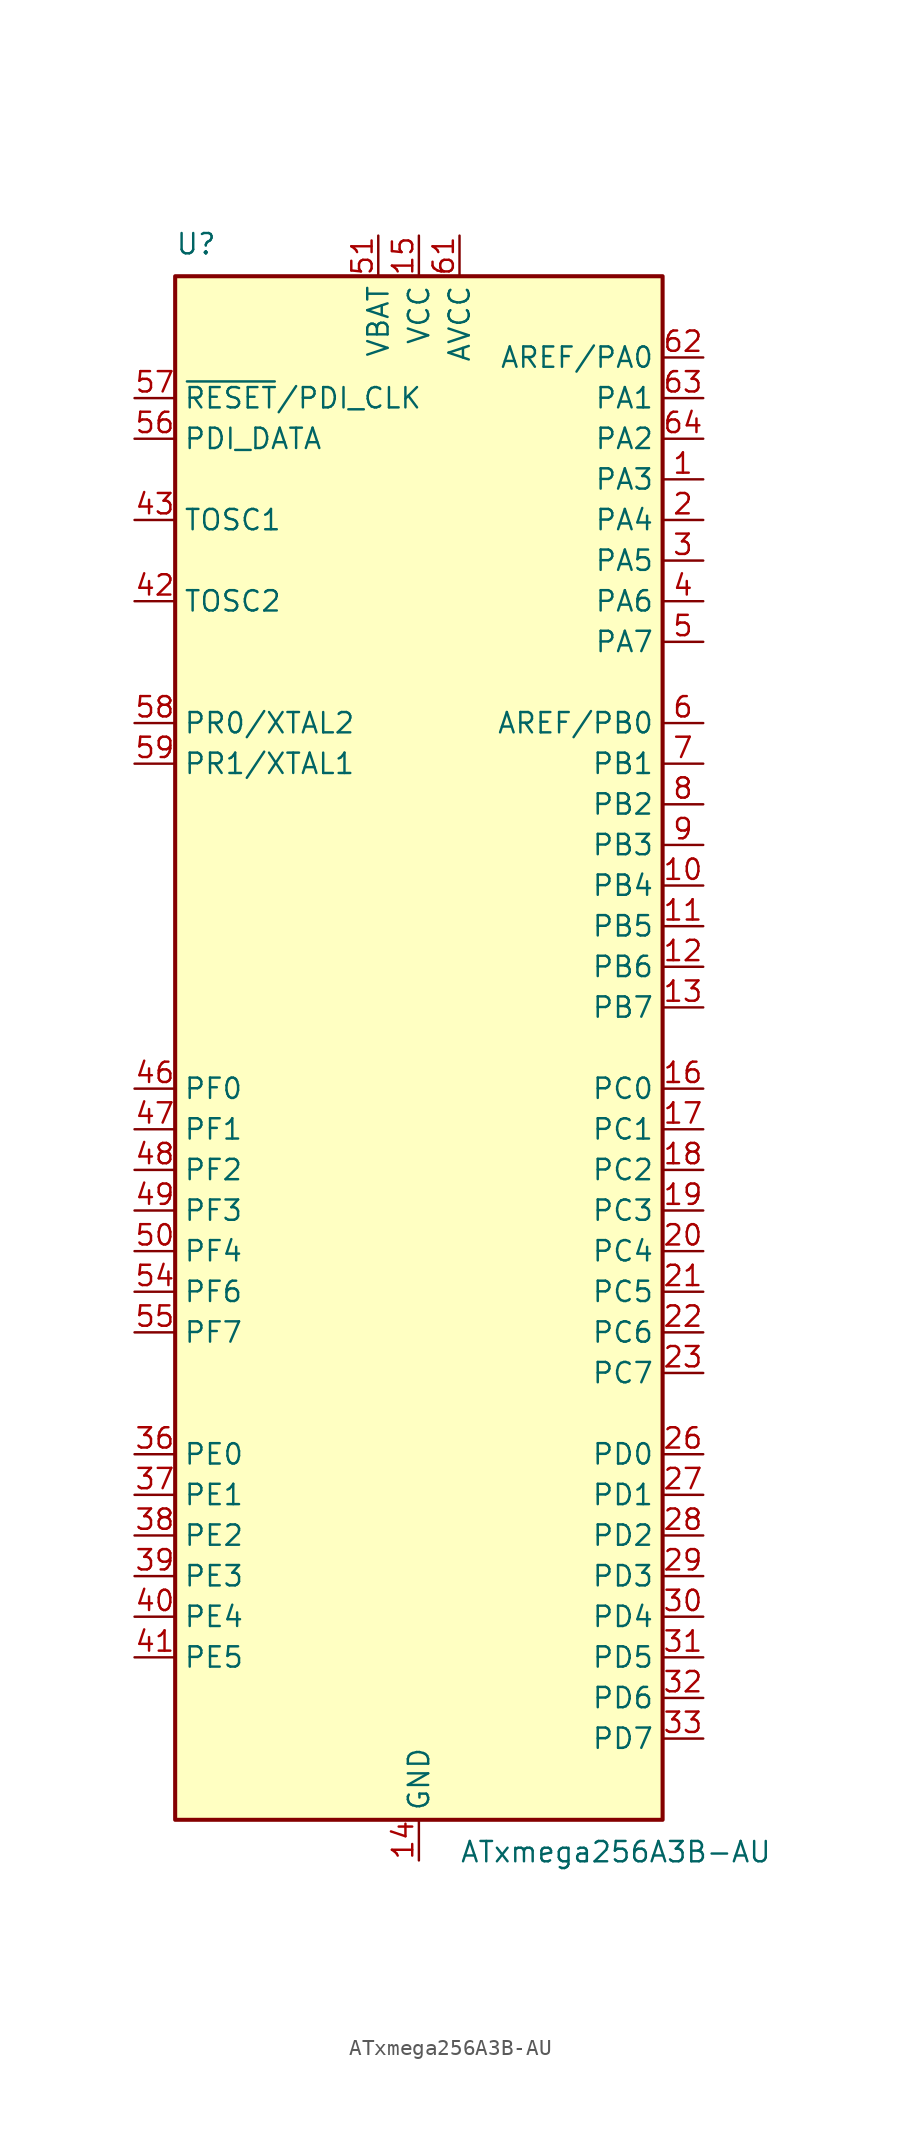
<source format=kicad_sym>
(kicad_symbol_lib
  (version 20211014)
  (generator kicad_symbol_editor)
  (symbol "ATxmega256A3B-AU"
    (property "Reference" "U"
      (at -15.24 49.53 0)
      (effects (font (size 1.27 1.27)) (justify left bottom)))
    (property "Value" "ATxmega256A3B-AU"
      (at 2.54 -49.53 0)
      (effects (font (size 1.27 1.27)) (justify left top)))
    (symbol "ATxmega256A3B-AU_0_1"
      (rectangle (start -15.24 -48.26) (end 15.24 48.26) (stroke (width 0.254) (type default) (color 0 0 0 0)) (fill (type background))))
    (symbol "ATxmega256A3B-AU_1_1"
      (pin bidirectional line (at 17.78 35.56 180) (length 2.54) (name "PA3" (effects (font (size 1.27 1.27)))) (number "1" (effects (font (size 1.27 1.27)))))
      (pin bidirectional line (at 17.78 10.16 180) (length 2.54) (name "PB4" (effects (font (size 1.27 1.27)))) (number "10" (effects (font (size 1.27 1.27)))))
      (pin bidirectional line (at 17.78 7.62 180) (length 2.54) (name "PB5" (effects (font (size 1.27 1.27)))) (number "11" (effects (font (size 1.27 1.27)))))
      (pin bidirectional line (at 17.78 5.08 180) (length 2.54) (name "PB6" (effects (font (size 1.27 1.27)))) (number "12" (effects (font (size 1.27 1.27)))))
      (pin bidirectional line (at 17.78 2.54 180) (length 2.54) (name "PB7" (effects (font (size 1.27 1.27)))) (number "13" (effects (font (size 1.27 1.27)))))
      (pin power_in line (at 0 -50.8 90) (length 2.54) (name "GND" (effects (font (size 1.27 1.27)))) (number "14" (effects (font (size 1.27 1.27)))))
      (pin power_in line (at 0 50.8 270) (length 2.54) (name "VCC" (effects (font (size 1.27 1.27)))) (number "15" (effects (font (size 1.27 1.27)))))
      (pin bidirectional line (at 17.78 -2.54 180) (length 2.54) (name "PC0" (effects (font (size 1.27 1.27)))) (number "16" (effects (font (size 1.27 1.27)))))
      (pin bidirectional line (at 17.78 -5.08 180) (length 2.54) (name "PC1" (effects (font (size 1.27 1.27)))) (number "17" (effects (font (size 1.27 1.27)))))
      (pin bidirectional line (at 17.78 -7.62 180) (length 2.54) (name "PC2" (effects (font (size 1.27 1.27)))) (number "18" (effects (font (size 1.27 1.27)))))
      (pin bidirectional line (at 17.78 -10.16 180) (length 2.54) (name "PC3" (effects (font (size 1.27 1.27)))) (number "19" (effects (font (size 1.27 1.27)))))
      (pin bidirectional line (at 17.78 33.02 180) (length 2.54) (name "PA4" (effects (font (size 1.27 1.27)))) (number "2" (effects (font (size 1.27 1.27)))))
      (pin bidirectional line (at 17.78 -12.7 180) (length 2.54) (name "PC4" (effects (font (size 1.27 1.27)))) (number "20" (effects (font (size 1.27 1.27)))))
      (pin bidirectional line (at 17.78 -15.24 180) (length 2.54) (name "PC5" (effects (font (size 1.27 1.27)))) (number "21" (effects (font (size 1.27 1.27)))))
      (pin bidirectional line (at 17.78 -17.78 180) (length 2.54) (name "PC6" (effects (font (size 1.27 1.27)))) (number "22" (effects (font (size 1.27 1.27)))))
      (pin bidirectional line (at 17.78 -20.32 180) (length 2.54) (name "PC7" (effects (font (size 1.27 1.27)))) (number "23" (effects (font (size 1.27 1.27)))))
      (pin passive line (at 0 -50.8 90) (length 2.54) hide (name "GND" (effects (font (size 1.27 1.27)))) (number "24" (effects (font (size 1.27 1.27)))))
      (pin passive line (at 0 50.8 270) (length 2.54) hide (name "VCC" (effects (font (size 1.27 1.27)))) (number "25" (effects (font (size 1.27 1.27)))))
      (pin bidirectional line (at 17.78 -25.4 180) (length 2.54) (name "PD0" (effects (font (size 1.27 1.27)))) (number "26" (effects (font (size 1.27 1.27)))))
      (pin bidirectional line (at 17.78 -27.94 180) (length 2.54) (name "PD1" (effects (font (size 1.27 1.27)))) (number "27" (effects (font (size 1.27 1.27)))))
      (pin bidirectional line (at 17.78 -30.48 180) (length 2.54) (name "PD2" (effects (font (size 1.27 1.27)))) (number "28" (effects (font (size 1.27 1.27)))))
      (pin bidirectional line (at 17.78 -33.02 180) (length 2.54) (name "PD3" (effects (font (size 1.27 1.27)))) (number "29" (effects (font (size 1.27 1.27)))))
      (pin bidirectional line (at 17.78 30.48 180) (length 2.54) (name "PA5" (effects (font (size 1.27 1.27)))) (number "3" (effects (font (size 1.27 1.27)))))
      (pin bidirectional line (at 17.78 -35.56 180) (length 2.54) (name "PD4" (effects (font (size 1.27 1.27)))) (number "30" (effects (font (size 1.27 1.27)))))
      (pin bidirectional line (at 17.78 -38.1 180) (length 2.54) (name "PD5" (effects (font (size 1.27 1.27)))) (number "31" (effects (font (size 1.27 1.27)))))
      (pin bidirectional line (at 17.78 -40.64 180) (length 2.54) (name "PD6" (effects (font (size 1.27 1.27)))) (number "32" (effects (font (size 1.27 1.27)))))
      (pin bidirectional line (at 17.78 -43.18 180) (length 2.54) (name "PD7" (effects (font (size 1.27 1.27)))) (number "33" (effects (font (size 1.27 1.27)))))
      (pin passive line (at 0 -50.8 90) (length 2.54) hide (name "GND" (effects (font (size 1.27 1.27)))) (number "34" (effects (font (size 1.27 1.27)))))
      (pin passive line (at 0 50.8 270) (length 2.54) hide (name "VCC" (effects (font (size 1.27 1.27)))) (number "35" (effects (font (size 1.27 1.27)))))
      (pin bidirectional line (at -17.78 -25.4 0) (length 2.54) (name "PE0" (effects (font (size 1.27 1.27)))) (number "36" (effects (font (size 1.27 1.27)))))
      (pin bidirectional line (at -17.78 -27.94 0) (length 2.54) (name "PE1" (effects (font (size 1.27 1.27)))) (number "37" (effects (font (size 1.27 1.27)))))
      (pin bidirectional line (at -17.78 -30.48 0) (length 2.54) (name "PE2" (effects (font (size 1.27 1.27)))) (number "38" (effects (font (size 1.27 1.27)))))
      (pin bidirectional line (at -17.78 -33.02 0) (length 2.54) (name "PE3" (effects (font (size 1.27 1.27)))) (number "39" (effects (font (size 1.27 1.27)))))
      (pin bidirectional line (at 17.78 27.94 180) (length 2.54) (name "PA6" (effects (font (size 1.27 1.27)))) (number "4" (effects (font (size 1.27 1.27)))))
      (pin bidirectional line (at -17.78 -35.56 0) (length 2.54) (name "PE4" (effects (font (size 1.27 1.27)))) (number "40" (effects (font (size 1.27 1.27)))))
      (pin bidirectional line (at -17.78 -38.1 0) (length 2.54) (name "PE5" (effects (font (size 1.27 1.27)))) (number "41" (effects (font (size 1.27 1.27)))))
      (pin passive line (at -17.78 27.94 0) (length 2.54) (name "TOSC2" (effects (font (size 1.27 1.27)))) (number "42" (effects (font (size 1.27 1.27)))))
      (pin input line (at -17.78 33.02 0) (length 2.54) (name "TOSC1" (effects (font (size 1.27 1.27)))) (number "43" (effects (font (size 1.27 1.27)))))
      (pin passive line (at 0 -50.8 90) (length 2.54) hide (name "GND" (effects (font (size 1.27 1.27)))) (number "44" (effects (font (size 1.27 1.27)))))
      (pin passive line (at 0 50.8 270) (length 2.54) hide (name "VCC" (effects (font (size 1.27 1.27)))) (number "45" (effects (font (size 1.27 1.27)))))
      (pin bidirectional line (at -17.78 -2.54 0) (length 2.54) (name "PF0" (effects (font (size 1.27 1.27)))) (number "46" (effects (font (size 1.27 1.27)))))
      (pin bidirectional line (at -17.78 -5.08 0) (length 2.54) (name "PF1" (effects (font (size 1.27 1.27)))) (number "47" (effects (font (size 1.27 1.27)))))
      (pin bidirectional line (at -17.78 -7.62 0) (length 2.54) (name "PF2" (effects (font (size 1.27 1.27)))) (number "48" (effects (font (size 1.27 1.27)))))
      (pin bidirectional line (at -17.78 -10.16 0) (length 2.54) (name "PF3" (effects (font (size 1.27 1.27)))) (number "49" (effects (font (size 1.27 1.27)))))
      (pin bidirectional line (at 17.78 25.4 180) (length 2.54) (name "PA7" (effects (font (size 1.27 1.27)))) (number "5" (effects (font (size 1.27 1.27)))))
      (pin bidirectional line (at -17.78 -12.7 0) (length 2.54) (name "PF4" (effects (font (size 1.27 1.27)))) (number "50" (effects (font (size 1.27 1.27)))))
      (pin power_in line (at -2.54 50.8 270) (length 2.54) (name "VBAT" (effects (font (size 1.27 1.27)))) (number "51" (effects (font (size 1.27 1.27)))))
      (pin passive line (at 0 -50.8 90) (length 2.54) hide (name "GND" (effects (font (size 1.27 1.27)))) (number "52" (effects (font (size 1.27 1.27)))))
      (pin passive line (at 0 50.8 270) (length 2.54) hide (name "VCC" (effects (font (size 1.27 1.27)))) (number "53" (effects (font (size 1.27 1.27)))))
      (pin bidirectional line (at -17.78 -15.24 0) (length 2.54) (name "PF6" (effects (font (size 1.27 1.27)))) (number "54" (effects (font (size 1.27 1.27)))))
      (pin bidirectional line (at -17.78 -17.78 0) (length 2.54) (name "PF7" (effects (font (size 1.27 1.27)))) (number "55" (effects (font (size 1.27 1.27)))))
      (pin bidirectional line (at -17.78 38.1 0) (length 2.54) (name "PDI_DATA" (effects (font (size 1.27 1.27)))) (number "56" (effects (font (size 1.27 1.27)))))
      (pin input line (at -17.78 40.64 0) (length 2.54) (name "~{RESET}/PDI_CLK" (effects (font (size 1.27 1.27)))) (number "57" (effects (font (size 1.27 1.27)))))
      (pin bidirectional line (at -17.78 20.32 0) (length 2.54) (name "PR0/XTAL2" (effects (font (size 1.27 1.27)))) (number "58" (effects (font (size 1.27 1.27)))))
      (pin bidirectional line (at -17.78 17.78 0) (length 2.54) (name "PR1/XTAL1" (effects (font (size 1.27 1.27)))) (number "59" (effects (font (size 1.27 1.27)))))
      (pin bidirectional line (at 17.78 20.32 180) (length 2.54) (name "AREF/PB0" (effects (font (size 1.27 1.27)))) (number "6" (effects (font (size 1.27 1.27)))))
      (pin passive line (at 0 -50.8 90) (length 2.54) hide (name "GND" (effects (font (size 1.27 1.27)))) (number "60" (effects (font (size 1.27 1.27)))))
      (pin power_in line (at 2.54 50.8 270) (length 2.54) (name "AVCC" (effects (font (size 1.27 1.27)))) (number "61" (effects (font (size 1.27 1.27)))))
      (pin bidirectional line (at 17.78 43.18 180) (length 2.54) (name "AREF/PA0" (effects (font (size 1.27 1.27)))) (number "62" (effects (font (size 1.27 1.27)))))
      (pin bidirectional line (at 17.78 40.64 180) (length 2.54) (name "PA1" (effects (font (size 1.27 1.27)))) (number "63" (effects (font (size 1.27 1.27)))))
      (pin bidirectional line (at 17.78 38.1 180) (length 2.54) (name "PA2" (effects (font (size 1.27 1.27)))) (number "64" (effects (font (size 1.27 1.27)))))
      (pin bidirectional line (at 17.78 17.78 180) (length 2.54) (name "PB1" (effects (font (size 1.27 1.27)))) (number "7" (effects (font (size 1.27 1.27)))))
      (pin bidirectional line (at 17.78 15.24 180) (length 2.54) (name "PB2" (effects (font (size 1.27 1.27)))) (number "8" (effects (font (size 1.27 1.27)))))
      (pin bidirectional line (at 17.78 12.7 180) (length 2.54) (name "PB3" (effects (font (size 1.27 1.27)))) (number "9" (effects (font (size 1.27 1.27))))))))
</source>
